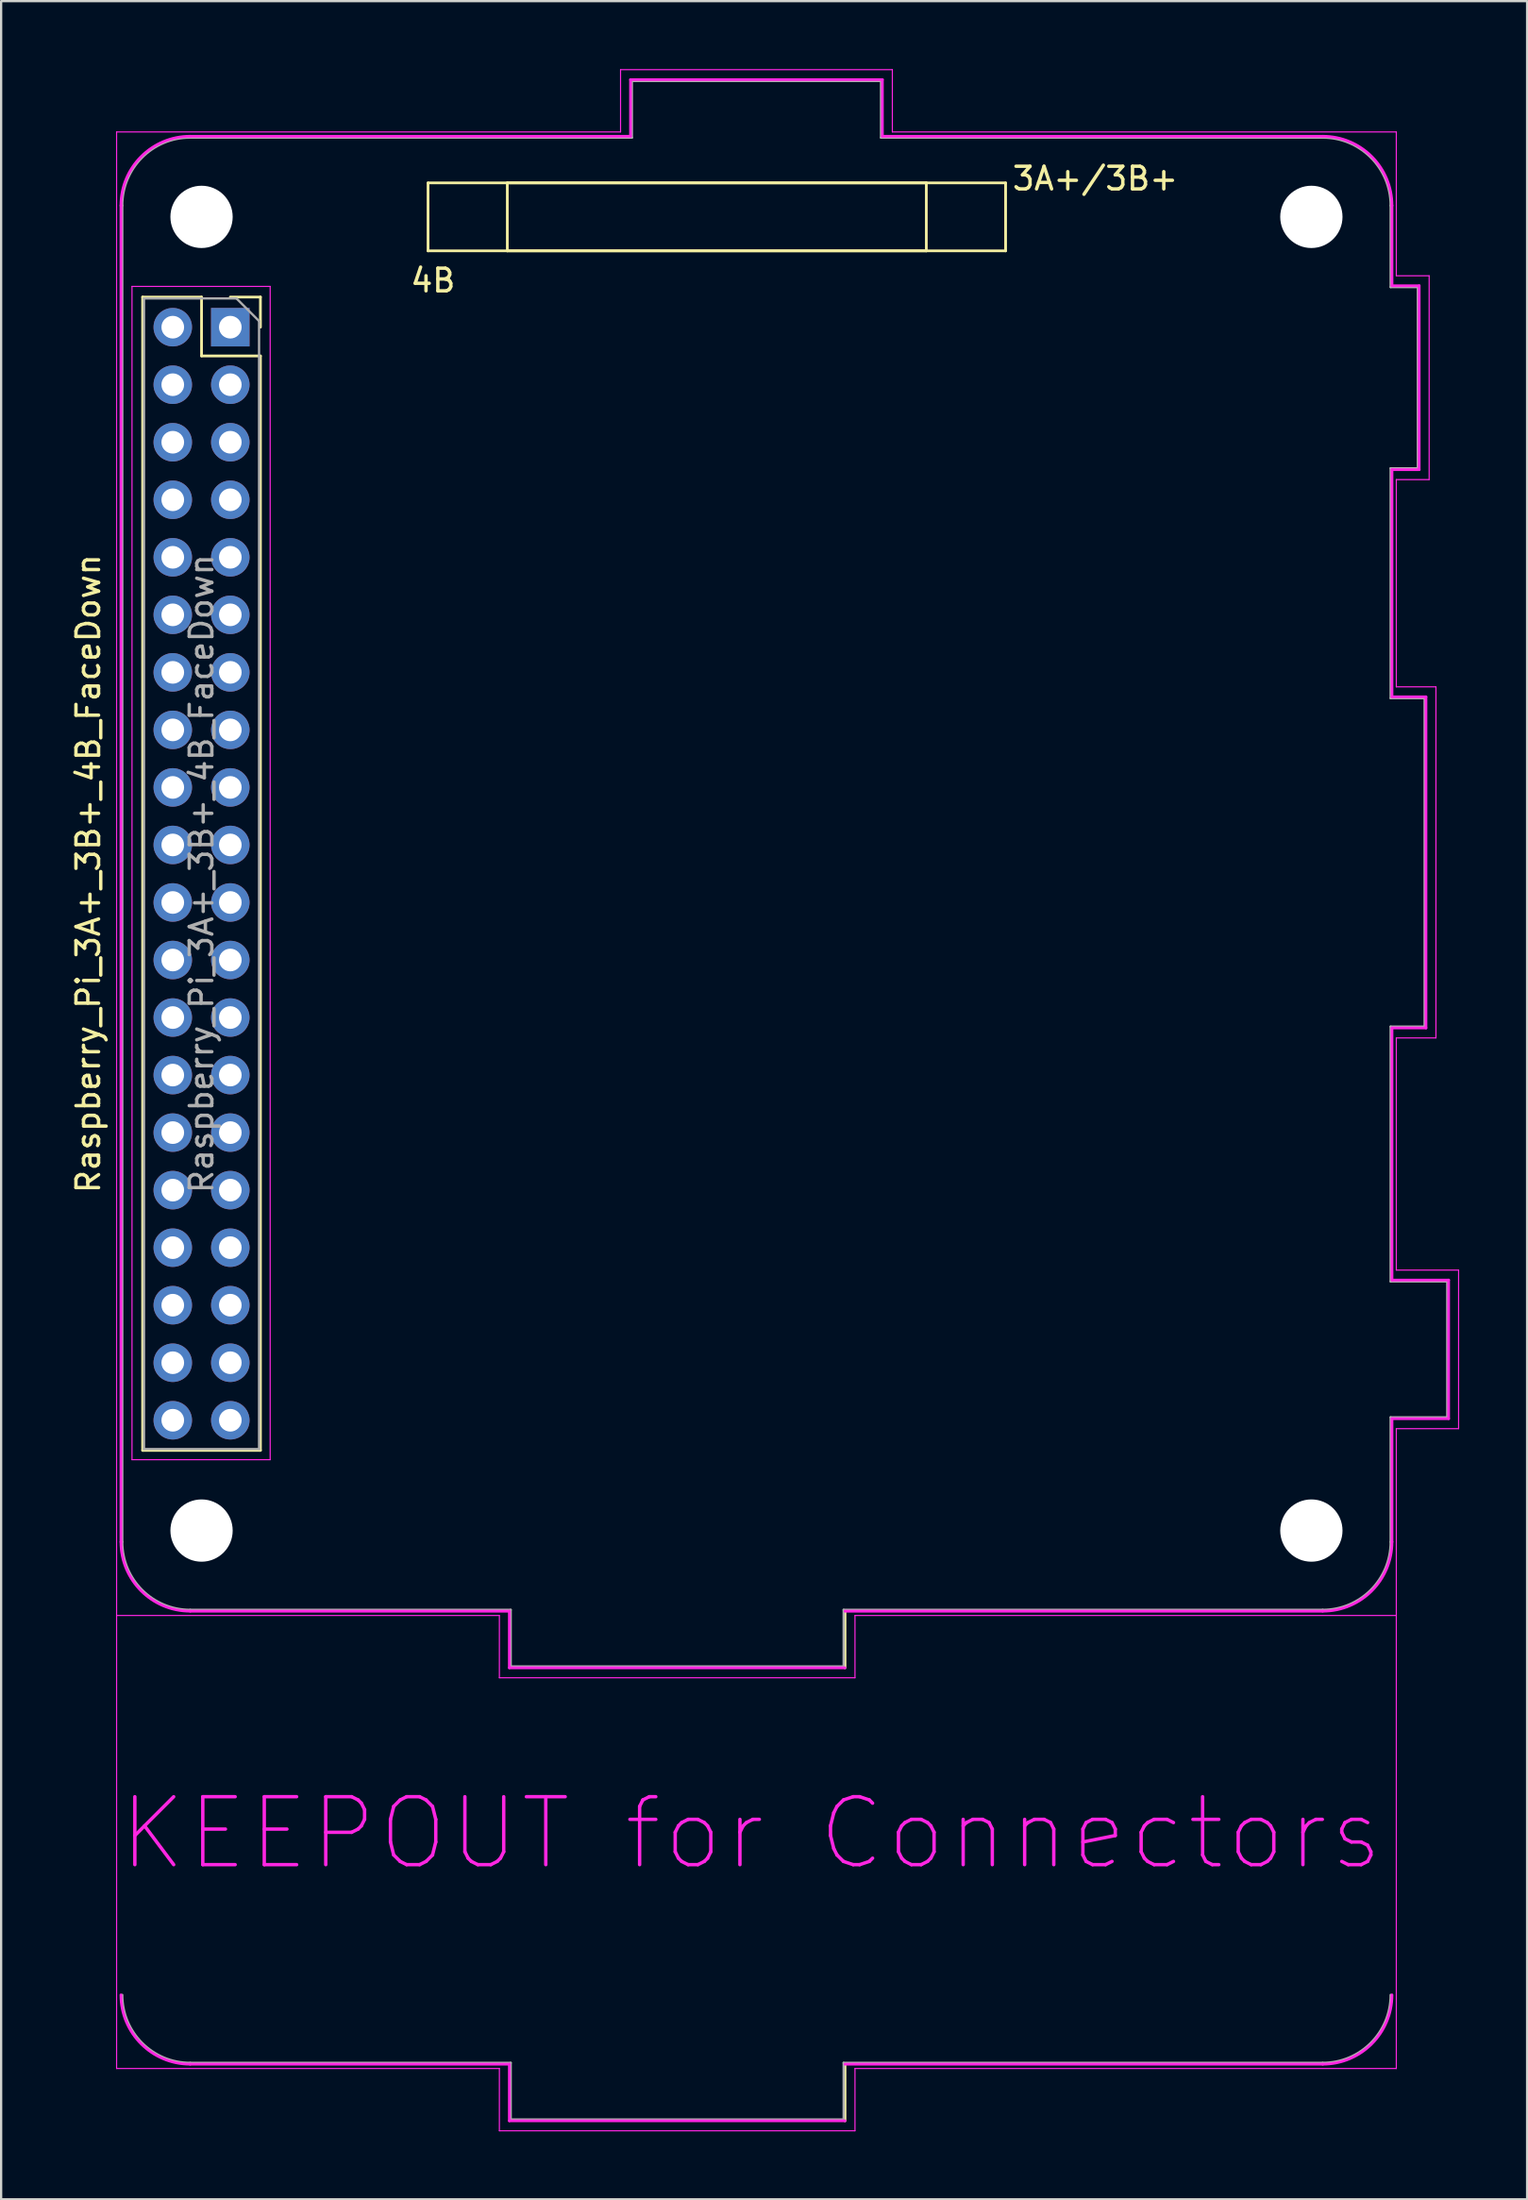
<source format=kicad_pcb>
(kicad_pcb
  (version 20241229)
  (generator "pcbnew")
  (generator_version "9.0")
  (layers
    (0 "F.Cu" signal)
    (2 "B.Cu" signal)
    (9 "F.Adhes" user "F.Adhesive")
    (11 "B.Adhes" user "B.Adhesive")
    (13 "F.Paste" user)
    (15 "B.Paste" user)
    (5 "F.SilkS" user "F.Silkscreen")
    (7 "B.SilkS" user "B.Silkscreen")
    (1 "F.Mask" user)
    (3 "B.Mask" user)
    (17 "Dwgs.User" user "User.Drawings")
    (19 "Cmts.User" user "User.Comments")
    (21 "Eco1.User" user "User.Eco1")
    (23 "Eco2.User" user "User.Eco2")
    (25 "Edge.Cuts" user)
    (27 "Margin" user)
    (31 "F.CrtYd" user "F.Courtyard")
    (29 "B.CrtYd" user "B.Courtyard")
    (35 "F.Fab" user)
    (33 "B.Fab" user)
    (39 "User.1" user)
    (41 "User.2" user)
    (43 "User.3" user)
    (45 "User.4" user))
  (footprint "Raspberry_Pi_3A+_3B+_4B_FaceDown"
    (layer "F.Cu")
    (at 7.118 11.395)
    (property "Reference" "Raspberry_Pi_3A+_3B+_4B_FaceDown" (at -6.27 24.13 90) (layer "F.SilkS") (effects (font (size 1 1) (thickness 0.15))))
    (attr through_hole)
    (fp_line (start -3.87 -1.33) (end -3.87 49.59) (stroke (width 0.12) (type solid)) (layer "F.SilkS"))
    (fp_line (start -3.87 -1.33) (end -1.27 -1.33) (stroke (width 0.12) (type solid)) (layer "F.SilkS"))
    (fp_line (start -3.87 49.59) (end 1.33 49.59) (stroke (width 0.12) (type solid)) (layer "F.SilkS"))
    (fp_line (start -1.27 -1.33) (end -1.27 1.27) (stroke (width 0.12) (type solid)) (layer "F.SilkS"))
    (fp_line (start -1.27 1.27) (end 1.33 1.27) (stroke (width 0.12) (type solid)) (layer "F.SilkS"))
    (fp_line (start 0 -1.33) (end 1.33 -1.33) (stroke (width 0.12) (type solid)) (layer "F.SilkS"))
    (fp_line (start 1.33 -1.33) (end 1.33 0) (stroke (width 0.12) (type solid)) (layer "F.SilkS"))
    (fp_line (start 1.33 1.27) (end 1.33 49.59) (stroke (width 0.12) (type solid)) (layer "F.SilkS"))
    (fp_line (start 8.73 -6.37) (end 8.73 -3.37) (stroke (width 0.12) (type solid)) (layer "F.SilkS"))
    (fp_line (start 8.73 -3.37) (end 30.73 -3.37) (stroke (width 0.12) (type solid)) (layer "F.SilkS"))
    (fp_line (start 12.23 -6.37) (end 12.23 -3.37) (stroke (width 0.12) (type solid)) (layer "F.SilkS"))
    (fp_line (start 12.23 -3.37) (end 34.23 -3.37) (stroke (width 0.12) (type solid)) (layer "F.SilkS"))
    (fp_line (start 27.14 59.19) (end 27.14 56.69) (stroke (width 0.12) (type solid)) (layer "F.SilkS"))
    (fp_line (start 27.14 79.19) (end 27.14 76.69) (stroke (width 0.12) (type solid)) (layer "F.SilkS"))
    (fp_line (start 30.73 -6.37) (end 8.73 -6.37) (stroke (width 0.12) (type solid)) (layer "F.SilkS"))
    (fp_line (start 30.73 -3.37) (end 30.73 -6.37) (stroke (width 0.12) (type solid)) (layer "F.SilkS"))
    (fp_line (start 34.23 -6.37) (end 12.23 -6.37) (stroke (width 0.12) (type solid)) (layer "F.SilkS"))
    (fp_line (start 34.23 -3.37) (end 34.23 -6.37) (stroke (width 0.12) (type solid)) (layer "F.SilkS"))
    (fp_line (start -5.02 -8.62) (end 17.23 -8.62) (stroke (width 0.05) (type solid)) (layer "F.CrtYd"))
    (fp_line (start -5.02 76.88) (end -5.02 -8.62) (stroke (width 0.05) (type solid)) (layer "F.CrtYd"))
    (fp_line (start -4.83 53.63) (end -4.83 -5.37) (stroke (width 0.12) (type solid)) (layer "F.CrtYd"))
    (fp_line (start -4.34 -1.8) (end 1.76 -1.8) (stroke (width 0.05) (type solid)) (layer "F.CrtYd"))
    (fp_line (start -4.34 50) (end -4.34 -1.8) (stroke (width 0.05) (type solid)) (layer "F.CrtYd"))
    (fp_line (start -1.77 -8.43) (end 17.67 -8.43) (stroke (width 0.12) (type solid)) (layer "F.CrtYd"))
    (fp_line (start -1.77 56.69) (end 12.32 56.69) (stroke (width 0.12) (type solid)) (layer "F.CrtYd"))
    (fp_line (start -1.77 76.69) (end 12.32 76.69) (stroke (width 0.12) (type solid)) (layer "F.CrtYd"))
    (fp_line (start 1.76 -1.8) (end 1.76 50) (stroke (width 0.05) (type solid)) (layer "F.CrtYd"))
    (fp_line (start 1.76 50) (end -4.34 50) (stroke (width 0.05) (type solid)) (layer "F.CrtYd"))
    (fp_line (start 11.88 56.88) (end -5.02 56.88) (stroke (width 0.05) (type solid)) (layer "F.CrtYd"))
    (fp_line (start 11.88 59.63) (end 11.88 56.88) (stroke (width 0.05) (type solid)) (layer "F.CrtYd"))
    (fp_line (start 11.88 76.88) (end -5.02 76.88) (stroke (width 0.05) (type solid)) (layer "F.CrtYd"))
    (fp_line (start 11.88 79.63) (end 11.88 76.88) (stroke (width 0.05) (type solid)) (layer "F.CrtYd"))
    (fp_line (start 12.32 56.69) (end 12.32 59.19) (stroke (width 0.12) (type solid)) (layer "F.CrtYd"))
    (fp_line (start 12.32 59.19) (end 27.14 59.19) (stroke (width 0.12) (type solid)) (layer "F.CrtYd"))
    (fp_line (start 12.32 76.69) (end 12.32 79.19) (stroke (width 0.12) (type solid)) (layer "F.CrtYd"))
    (fp_line (start 12.32 79.19) (end 27.14 79.19) (stroke (width 0.12) (type solid)) (layer "F.CrtYd"))
    (fp_line (start 17.23 -11.37) (end 29.23 -11.37) (stroke (width 0.05) (type solid)) (layer "F.CrtYd"))
    (fp_line (start 17.23 -8.62) (end 17.23 -11.37) (stroke (width 0.05) (type solid)) (layer "F.CrtYd"))
    (fp_line (start 17.67 -10.93) (end 17.67 -8.43) (stroke (width 0.12) (type solid)) (layer "F.CrtYd"))
    (fp_line (start 27.14 56.69) (end 48.23 56.69) (stroke (width 0.12) (type solid)) (layer "F.CrtYd"))
    (fp_line (start 27.14 76.69) (end 48.23 76.69) (stroke (width 0.12) (type solid)) (layer "F.CrtYd"))
    (fp_line (start 27.58 56.88) (end 27.58 59.63) (stroke (width 0.05) (type solid)) (layer "F.CrtYd"))
    (fp_line (start 27.58 59.63) (end 11.88 59.63) (stroke (width 0.05) (type solid)) (layer "F.CrtYd"))
    (fp_line (start 27.58 76.88) (end 27.58 79.63) (stroke (width 0.05) (type solid)) (layer "F.CrtYd"))
    (fp_line (start 27.58 79.63) (end 11.88 79.63) (stroke (width 0.05) (type solid)) (layer "F.CrtYd"))
    (fp_line (start 28.79 -10.93) (end 17.67 -10.93) (stroke (width 0.12) (type solid)) (layer "F.CrtYd"))
    (fp_line (start 28.79 -8.43) (end 28.79 -10.93) (stroke (width 0.12) (type solid)) (layer "F.CrtYd"))
    (fp_line (start 29.23 -11.37) (end 29.23 -8.62) (stroke (width 0.05) (type solid)) (layer "F.CrtYd"))
    (fp_line (start 29.23 -8.62) (end 51.48 -8.62) (stroke (width 0.05) (type solid)) (layer "F.CrtYd"))
    (fp_line (start 48.23 -8.43) (end 28.79 -8.43) (stroke (width 0.12) (type solid)) (layer "F.CrtYd"))
    (fp_line (start 51.29 -5.37) (end 51.29 -1.83) (stroke (width 0.12) (type solid)) (layer "F.CrtYd"))
    (fp_line (start 51.29 -1.83) (end 52.49 -1.83) (stroke (width 0.12) (type solid)) (layer "F.CrtYd"))
    (fp_line (start 51.29 6.29) (end 51.29 16.32) (stroke (width 0.12) (type solid)) (layer "F.CrtYd"))
    (fp_line (start 51.29 16.32) (end 52.79 16.32) (stroke (width 0.12) (type solid)) (layer "F.CrtYd"))
    (fp_line (start 51.29 30.94) (end 51.29 42.07) (stroke (width 0.12) (type solid)) (layer "F.CrtYd"))
    (fp_line (start 51.29 42.07) (end 53.79 42.07) (stroke (width 0.12) (type solid)) (layer "F.CrtYd"))
    (fp_line (start 51.29 48.19) (end 51.29 53.63) (stroke (width 0.12) (type solid)) (layer "F.CrtYd"))
    (fp_line (start 51.48 -8.62) (end 51.48 -2.27) (stroke (width 0.05) (type solid)) (layer "F.CrtYd"))
    (fp_line (start 51.48 -2.27) (end 52.93 -2.27) (stroke (width 0.05) (type solid)) (layer "F.CrtYd"))
    (fp_line (start 51.48 6.73) (end 51.48 15.88) (stroke (width 0.05) (type solid)) (layer "F.CrtYd"))
    (fp_line (start 51.48 15.88) (end 53.23 15.88) (stroke (width 0.05) (type solid)) (layer "F.CrtYd"))
    (fp_line (start 51.48 31.38) (end 51.48 41.63) (stroke (width 0.05) (type solid)) (layer "F.CrtYd"))
    (fp_line (start 51.48 41.63) (end 54.23 41.63) (stroke (width 0.05) (type solid)) (layer "F.CrtYd"))
    (fp_line (start 51.48 48.63) (end 51.48 76.88) (stroke (width 0.05) (type solid)) (layer "F.CrtYd"))
    (fp_line (start 51.48 56.88) (end 27.58 56.88) (stroke (width 0.05) (type solid)) (layer "F.CrtYd"))
    (fp_line (start 51.48 76.88) (end 27.58 76.88) (stroke (width 0.05) (type solid)) (layer "F.CrtYd"))
    (fp_line (start 52.49 -1.83) (end 52.49 6.29) (stroke (width 0.12) (type solid)) (layer "F.CrtYd"))
    (fp_line (start 52.49 6.29) (end 51.29 6.29) (stroke (width 0.12) (type solid)) (layer "F.CrtYd"))
    (fp_line (start 52.79 16.32) (end 52.79 30.94) (stroke (width 0.12) (type solid)) (layer "F.CrtYd"))
    (fp_line (start 52.79 30.94) (end 51.29 30.94) (stroke (width 0.12) (type solid)) (layer "F.CrtYd"))
    (fp_line (start 52.93 -2.27) (end 52.93 6.73) (stroke (width 0.05) (type solid)) (layer "F.CrtYd"))
    (fp_line (start 52.93 6.73) (end 51.48 6.73) (stroke (width 0.05) (type solid)) (layer "F.CrtYd"))
    (fp_line (start 53.23 15.88) (end 53.23 31.38) (stroke (width 0.05) (type solid)) (layer "F.CrtYd"))
    (fp_line (start 53.23 31.38) (end 51.48 31.38) (stroke (width 0.05) (type solid)) (layer "F.CrtYd"))
    (fp_line (start 53.79 42.07) (end 53.79 48.19) (stroke (width 0.12) (type solid)) (layer "F.CrtYd"))
    (fp_line (start 53.79 48.19) (end 51.29 48.19) (stroke (width 0.12) (type solid)) (layer "F.CrtYd"))
    (fp_line (start 54.23 41.63) (end 54.23 48.63) (stroke (width 0.05) (type solid)) (layer "F.CrtYd"))
    (fp_line (start 54.23 48.63) (end 51.48 48.63) (stroke (width 0.05) (type solid)) (layer "F.CrtYd"))
    (fp_arc (start -4.83 -5.37) (mid -3.933747 -7.533747) (end -1.77 -8.43) (stroke (width 0.12) (type solid)) (layer "F.CrtYd"))
    (fp_arc (start -1.77 56.69) (mid -3.933747 55.793747) (end -4.83 53.63) (stroke (width 0.12) (type solid)) (layer "F.CrtYd"))
    (fp_arc (start -1.77 76.69) (mid -3.933747 75.793747) (end -4.83 73.63) (stroke (width 0.12) (type solid)) (layer "F.CrtYd"))
    (fp_arc (start 48.23 -8.43) (mid 50.393747 -7.533747) (end 51.29 -5.37) (stroke (width 0.12) (type solid)) (layer "F.CrtYd"))
    (fp_arc (start 51.29 53.63) (mid 50.393747 55.793747) (end 48.23 56.69) (stroke (width 0.12) (type solid)) (layer "F.CrtYd"))
    (fp_arc (start 51.29 73.63) (mid 50.393747 75.793747) (end 48.23 76.69) (stroke (width 0.12) (type solid)) (layer "F.CrtYd"))
    (fp_line (start -4.77 53.63) (end -4.77 -5.37) (stroke (width 0.1) (type solid)) (layer "F.Fab"))
    (fp_line (start -3.81 -1.27) (end 0.27 -1.27) (stroke (width 0.1) (type solid)) (layer "F.Fab"))
    (fp_line (start -3.81 49.53) (end -3.81 -1.27) (stroke (width 0.1) (type solid)) (layer "F.Fab"))
    (fp_line (start -1.77 -8.37) (end 17.73 -8.37) (stroke (width 0.1) (type solid)) (layer "F.Fab"))
    (fp_line (start 0.27 -1.27) (end 1.27 -0.27) (stroke (width 0.1) (type solid)) (layer "F.Fab"))
    (fp_line (start 1.27 -0.27) (end 1.27 49.53) (stroke (width 0.1) (type solid)) (layer "F.Fab"))
    (fp_line (start 1.27 49.53) (end -3.81 49.53) (stroke (width 0.1) (type solid)) (layer "F.Fab"))
    (fp_line (start 12.38 56.63) (end -1.77 56.63) (stroke (width 0.1) (type solid)) (layer "F.Fab"))
    (fp_line (start 12.38 59.13) (end 12.38 56.63) (stroke (width 0.1) (type solid)) (layer "F.Fab"))
    (fp_line (start 12.38 76.63) (end -1.77 76.63) (stroke (width 0.1) (type solid)) (layer "F.Fab"))
    (fp_line (start 12.38 79.13) (end 12.38 76.63) (stroke (width 0.1) (type solid)) (layer "F.Fab"))
    (fp_line (start 17.73 -10.87) (end 17.73 -8.37) (stroke (width 0.1) (type solid)) (layer "F.Fab"))
    (fp_line (start 27.08 56.63) (end 27.08 59.13) (stroke (width 0.1) (type solid)) (layer "F.Fab"))
    (fp_line (start 27.08 59.13) (end 12.38 59.13) (stroke (width 0.1) (type solid)) (layer "F.Fab"))
    (fp_line (start 27.08 76.63) (end 27.08 79.13) (stroke (width 0.1) (type solid)) (layer "F.Fab"))
    (fp_line (start 27.08 79.13) (end 12.38 79.13) (stroke (width 0.1) (type solid)) (layer "F.Fab"))
    (fp_line (start 28.73 -10.87) (end 17.73 -10.87) (stroke (width 0.1) (type solid)) (layer "F.Fab"))
    (fp_line (start 28.73 -8.37) (end 28.73 -10.87) (stroke (width 0.1) (type solid)) (layer "F.Fab"))
    (fp_line (start 48.23 -8.37) (end 28.73 -8.37) (stroke (width 0.1) (type solid)) (layer "F.Fab"))
    (fp_line (start 48.23 56.63) (end 27.08 56.63) (stroke (width 0.1) (type solid)) (layer "F.Fab"))
    (fp_line (start 48.23 76.63) (end 27.08 76.63) (stroke (width 0.1) (type solid)) (layer "F.Fab"))
    (fp_line (start 51.23 -5.37) (end 51.23 -1.77) (stroke (width 0.1) (type solid)) (layer "F.Fab"))
    (fp_line (start 51.23 -1.77) (end 52.43 -1.77) (stroke (width 0.1) (type solid)) (layer "F.Fab"))
    (fp_line (start 51.23 6.23) (end 51.23 16.38) (stroke (width 0.1) (type solid)) (layer "F.Fab"))
    (fp_line (start 51.23 16.38) (end 52.73 16.38) (stroke (width 0.1) (type solid)) (layer "F.Fab"))
    (fp_line (start 51.23 30.88) (end 51.23 42.13) (stroke (width 0.1) (type solid)) (layer "F.Fab"))
    (fp_line (start 51.23 42.13) (end 53.73 42.13) (stroke (width 0.1) (type solid)) (layer "F.Fab"))
    (fp_line (start 51.23 48.13) (end 51.23 53.63) (stroke (width 0.1) (type solid)) (layer "F.Fab"))
    (fp_line (start 52.43 -1.77) (end 52.43 6.23) (stroke (width 0.1) (type solid)) (layer "F.Fab"))
    (fp_line (start 52.43 6.23) (end 51.23 6.23) (stroke (width 0.1) (type solid)) (layer "F.Fab"))
    (fp_line (start 52.73 16.38) (end 52.73 30.88) (stroke (width 0.1) (type solid)) (layer "F.Fab"))
    (fp_line (start 52.73 30.88) (end 51.23 30.88) (stroke (width 0.1) (type solid)) (layer "F.Fab"))
    (fp_line (start 53.73 42.13) (end 53.73 48.13) (stroke (width 0.1) (type solid)) (layer "F.Fab"))
    (fp_line (start 53.73 48.13) (end 51.23 48.13) (stroke (width 0.1) (type solid)) (layer "F.Fab"))
    (fp_arc (start -4.77 -5.37) (mid -3.89132 -7.49132) (end -1.77 -8.37) (stroke (width 0.1) (type solid)) (layer "F.Fab"))
    (fp_arc (start -1.77 56.63) (mid -3.89132 55.75132) (end -4.77 53.63) (stroke (width 0.1) (type solid)) (layer "F.Fab"))
    (fp_arc (start -1.77 76.63) (mid -3.89132 75.75132) (end -4.77 73.63) (stroke (width 0.1) (type solid)) (layer "F.Fab"))
    (fp_arc (start 48.23 -8.37) (mid 50.35132 -7.49132) (end 51.23 -5.37) (stroke (width 0.1) (type solid)) (layer "F.Fab"))
    (fp_arc (start 51.23 53.63) (mid 50.35132 55.75132) (end 48.23 56.63) (stroke (width 0.1) (type solid)) (layer "F.Fab"))
    (fp_arc (start 51.23 73.63) (mid 50.35132 75.75132) (end 48.23 76.63) (stroke (width 0.1) (type solid)) (layer "F.Fab"))
    (fp_text user "4B" (at 8.95 -2.06 0) (layer "F.SilkS") (effects (font (size 1 1) (thickness 0.15))))
    (fp_text user "3A+/3B+" (at 38.19 -6.56 0) (layer "F.SilkS") (effects (font (size 1 1) (thickness 0.15))))
    (fp_text user "KEEPOUT for Connectors" (at 23 66.5 0) (layer "F.CrtYd") (effects (font (size 3 3) (thickness 0.15))))
    (fp_text user "${REFERENCE}" (at -1.27 24.13 90) (layer "F.Fab") (effects (font (size 1 1) (thickness 0.15))))
    (pad "" np_thru_hole circle (at -1.27 -4.87 90) (size 2.75 2.75) (drill 2.75) (layers "*.Cu" "*.Mask"))
    (pad "" np_thru_hole circle (at -1.27 53.13 90) (size 2.75 2.75) (drill 2.75) (layers "*.Cu" "*.Mask"))
    (pad "" np_thru_hole circle (at 47.73 -4.87 90) (size 2.75 2.75) (drill 2.75) (layers "*.Cu" "*.Mask"))
    (pad "" np_thru_hole circle (at 47.73 53.13 90) (size 2.75 2.75) (drill 2.75) (layers "*.Cu" "*.Mask"))
    (pad "1" thru_hole rect (at 0 0) (size 1.7 1.7) (drill 1) (layers "*.Cu" "*.Mask"))
    (pad "2" thru_hole oval (at -2.54 0) (size 1.7 1.7) (drill 1) (layers "*.Cu" "*.Mask"))
    (pad "3" thru_hole oval (at 0 2.54) (size 1.7 1.7) (drill 1) (layers "*.Cu" "*.Mask"))
    (pad "4" thru_hole oval (at -2.54 2.54) (size 1.7 1.7) (drill 1) (layers "*.Cu" "*.Mask"))
    (pad "5" thru_hole oval (at 0 5.08) (size 1.7 1.7) (drill 1) (layers "*.Cu" "*.Mask"))
    (pad "6" thru_hole oval (at -2.54 5.08) (size 1.7 1.7) (drill 1) (layers "*.Cu" "*.Mask"))
    (pad "7" thru_hole oval (at 0 7.62) (size 1.7 1.7) (drill 1) (layers "*.Cu" "*.Mask"))
    (pad "8" thru_hole oval (at -2.54 7.62) (size 1.7 1.7) (drill 1) (layers "*.Cu" "*.Mask"))
    (pad "9" thru_hole oval (at 0 10.16) (size 1.7 1.7) (drill 1) (layers "*.Cu" "*.Mask"))
    (pad "10" thru_hole oval (at -2.54 10.16) (size 1.7 1.7) (drill 1) (layers "*.Cu" "*.Mask"))
    (pad "11" thru_hole oval (at 0 12.7) (size 1.7 1.7) (drill 1) (layers "*.Cu" "*.Mask"))
    (pad "12" thru_hole oval (at -2.54 12.7) (size 1.7 1.7) (drill 1) (layers "*.Cu" "*.Mask"))
    (pad "13" thru_hole oval (at 0 15.24) (size 1.7 1.7) (drill 1) (layers "*.Cu" "*.Mask"))
    (pad "14" thru_hole oval (at -2.54 15.24) (size 1.7 1.7) (drill 1) (layers "*.Cu" "*.Mask"))
    (pad "15" thru_hole oval (at 0 17.78) (size 1.7 1.7) (drill 1) (layers "*.Cu" "*.Mask"))
    (pad "16" thru_hole oval (at -2.54 17.78) (size 1.7 1.7) (drill 1) (layers "*.Cu" "*.Mask"))
    (pad "17" thru_hole oval (at 0 20.32) (size 1.7 1.7) (drill 1) (layers "*.Cu" "*.Mask"))
    (pad "18" thru_hole oval (at -2.54 20.32) (size 1.7 1.7) (drill 1) (layers "*.Cu" "*.Mask"))
    (pad "19" thru_hole oval (at 0 22.86) (size 1.7 1.7) (drill 1) (layers "*.Cu" "*.Mask"))
    (pad "20" thru_hole oval (at -2.54 22.86) (size 1.7 1.7) (drill 1) (layers "*.Cu" "*.Mask"))
    (pad "21" thru_hole oval (at 0 25.4) (size 1.7 1.7) (drill 1) (layers "*.Cu" "*.Mask"))
    (pad "22" thru_hole oval (at -2.54 25.4) (size 1.7 1.7) (drill 1) (layers "*.Cu" "*.Mask"))
    (pad "23" thru_hole oval (at 0 27.94) (size 1.7 1.7) (drill 1) (layers "*.Cu" "*.Mask"))
    (pad "24" thru_hole oval (at -2.54 27.94) (size 1.7 1.7) (drill 1) (layers "*.Cu" "*.Mask"))
    (pad "25" thru_hole oval (at 0 30.48) (size 1.7 1.7) (drill 1) (layers "*.Cu" "*.Mask"))
    (pad "26" thru_hole oval (at -2.54 30.48) (size 1.7 1.7) (drill 1) (layers "*.Cu" "*.Mask"))
    (pad "27" thru_hole oval (at 0 33.02) (size 1.7 1.7) (drill 1) (layers "*.Cu" "*.Mask"))
    (pad "28" thru_hole oval (at -2.54 33.02) (size 1.7 1.7) (drill 1) (layers "*.Cu" "*.Mask"))
    (pad "29" thru_hole oval (at 0 35.56) (size 1.7 1.7) (drill 1) (layers "*.Cu" "*.Mask"))
    (pad "30" thru_hole oval (at -2.54 35.56) (size 1.7 1.7) (drill 1) (layers "*.Cu" "*.Mask"))
    (pad "31" thru_hole oval (at 0 38.1) (size 1.7 1.7) (drill 1) (layers "*.Cu" "*.Mask"))
    (pad "32" thru_hole oval (at -2.54 38.1) (size 1.7 1.7) (drill 1) (layers "*.Cu" "*.Mask"))
    (pad "33" thru_hole oval (at 0 40.64) (size 1.7 1.7) (drill 1) (layers "*.Cu" "*.Mask"))
    (pad "34" thru_hole oval (at -2.54 40.64) (size 1.7 1.7) (drill 1) (layers "*.Cu" "*.Mask"))
    (pad "35" thru_hole oval (at 0 43.18) (size 1.7 1.7) (drill 1) (layers "*.Cu" "*.Mask"))
    (pad "36" thru_hole oval (at -2.54 43.18) (size 1.7 1.7) (drill 1) (layers "*.Cu" "*.Mask"))
    (pad "37" thru_hole oval (at 0 45.72) (size 1.7 1.7) (drill 1) (layers "*.Cu" "*.Mask"))
    (pad "38" thru_hole oval (at -2.54 45.72) (size 1.7 1.7) (drill 1) (layers "*.Cu" "*.Mask"))
    (pad "39" thru_hole oval (at 0 48.26) (size 1.7 1.7) (drill 1) (layers "*.Cu" "*.Mask"))
    (pad "40" thru_hole oval (at -2.54 48.26) (size 1.7 1.7) (drill 1) (layers "*.Cu" "*.Mask")))
  (gr_rect
    (start -3 -3)
    (end 64.373 94.05)
    (stroke (width 0.1) (type default))
    (fill no)
    (layer "Edge.Cuts")))
</source>
